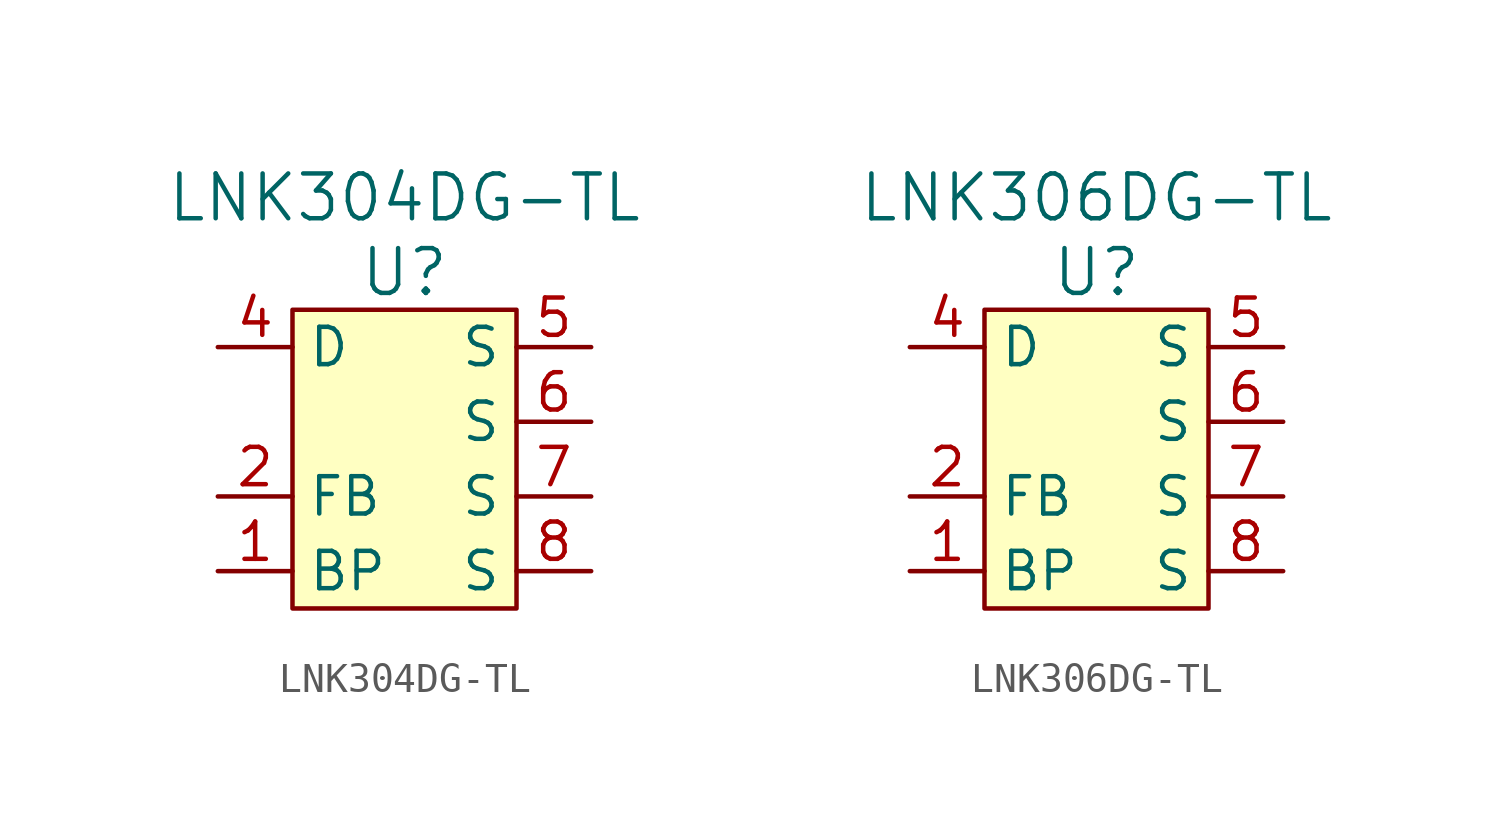
<source format=kicad_sym>
(kicad_symbol_lib
  (version 20201005)
  (generator kicad_symbol_editor)
  (symbol "LNK304DG-TL"
    (property "Reference" "U"
      (at 1.27 5.08 0)
      (effects (font (size 1.524 1.524))))
    (property "Value" "LNK304DG-TL"
      (at 1.27 7.62 0)
      (effects (font (size 1.524 1.524))))
    (symbol "LNK304DG-TL_0_1"
      (rectangle (start -2.54 3.81) (end 5.08 -6.35) (stroke (width 0)) (fill (type background))))
    (symbol "LNK304DG-TL_1_1"
      (pin passive line (at -5.08 -5.08 0) (length 2.54) (name "BP" (effects (font (size 1.27 1.27)))) (number "1" (effects (font (size 1.27 1.27)))))
      (pin input line (at -5.08 -2.54 0) (length 2.54) (name "FB" (effects (font (size 1.27 1.27)))) (number "2" (effects (font (size 1.27 1.27)))))
      (pin passive line (at -5.08 2.54 0) (length 2.54) (name "D" (effects (font (size 1.27 1.27)))) (number "4" (effects (font (size 1.27 1.27)))))
      (pin passive line (at 7.62 2.54 180) (length 2.54) (name "S" (effects (font (size 1.27 1.27)))) (number "5" (effects (font (size 1.27 1.27)))))
      (pin passive line (at 7.62 0 180) (length 2.54) (name "S" (effects (font (size 1.27 1.27)))) (number "6" (effects (font (size 1.27 1.27)))))
      (pin passive line (at 7.62 -2.54 180) (length 2.54) (name "S" (effects (font (size 1.27 1.27)))) (number "7" (effects (font (size 1.27 1.27)))))
      (pin passive line (at 7.62 -5.08 180) (length 2.54) (name "S" (effects (font (size 1.27 1.27)))) (number "8" (effects (font (size 1.27 1.27)))))))
  (symbol "LNK306DG-TL"
    (property "Reference" "U"
      (at 1.27 5.08 0)
      (effects (font (size 1.524 1.524))))
    (property "Value" "LNK306DG-TL"
      (at 1.27 7.62 0)
      (effects (font (size 1.524 1.524))))
    (symbol "LNK306DG-TL_0_1"
      (rectangle (start -2.54 3.81) (end 5.08 -6.35) (stroke (width 0)) (fill (type background))))
    (symbol "LNK306DG-TL_1_1"
      (pin passive line (at -5.08 -5.08 0) (length 2.54) (name "BP" (effects (font (size 1.27 1.27)))) (number "1" (effects (font (size 1.27 1.27)))))
      (pin input line (at -5.08 -2.54 0) (length 2.54) (name "FB" (effects (font (size 1.27 1.27)))) (number "2" (effects (font (size 1.27 1.27)))))
      (pin passive line (at -5.08 2.54 0) (length 2.54) (name "D" (effects (font (size 1.27 1.27)))) (number "4" (effects (font (size 1.27 1.27)))))
      (pin passive line (at 7.62 2.54 180) (length 2.54) (name "S" (effects (font (size 1.27 1.27)))) (number "5" (effects (font (size 1.27 1.27)))))
      (pin passive line (at 7.62 0 180) (length 2.54) (name "S" (effects (font (size 1.27 1.27)))) (number "6" (effects (font (size 1.27 1.27)))))
      (pin passive line (at 7.62 -2.54 180) (length 2.54) (name "S" (effects (font (size 1.27 1.27)))) (number "7" (effects (font (size 1.27 1.27)))))
      (pin passive line (at 7.62 -5.08 180) (length 2.54) (name "S" (effects (font (size 1.27 1.27)))) (number "8" (effects (font (size 1.27 1.27))))))))
</source>
